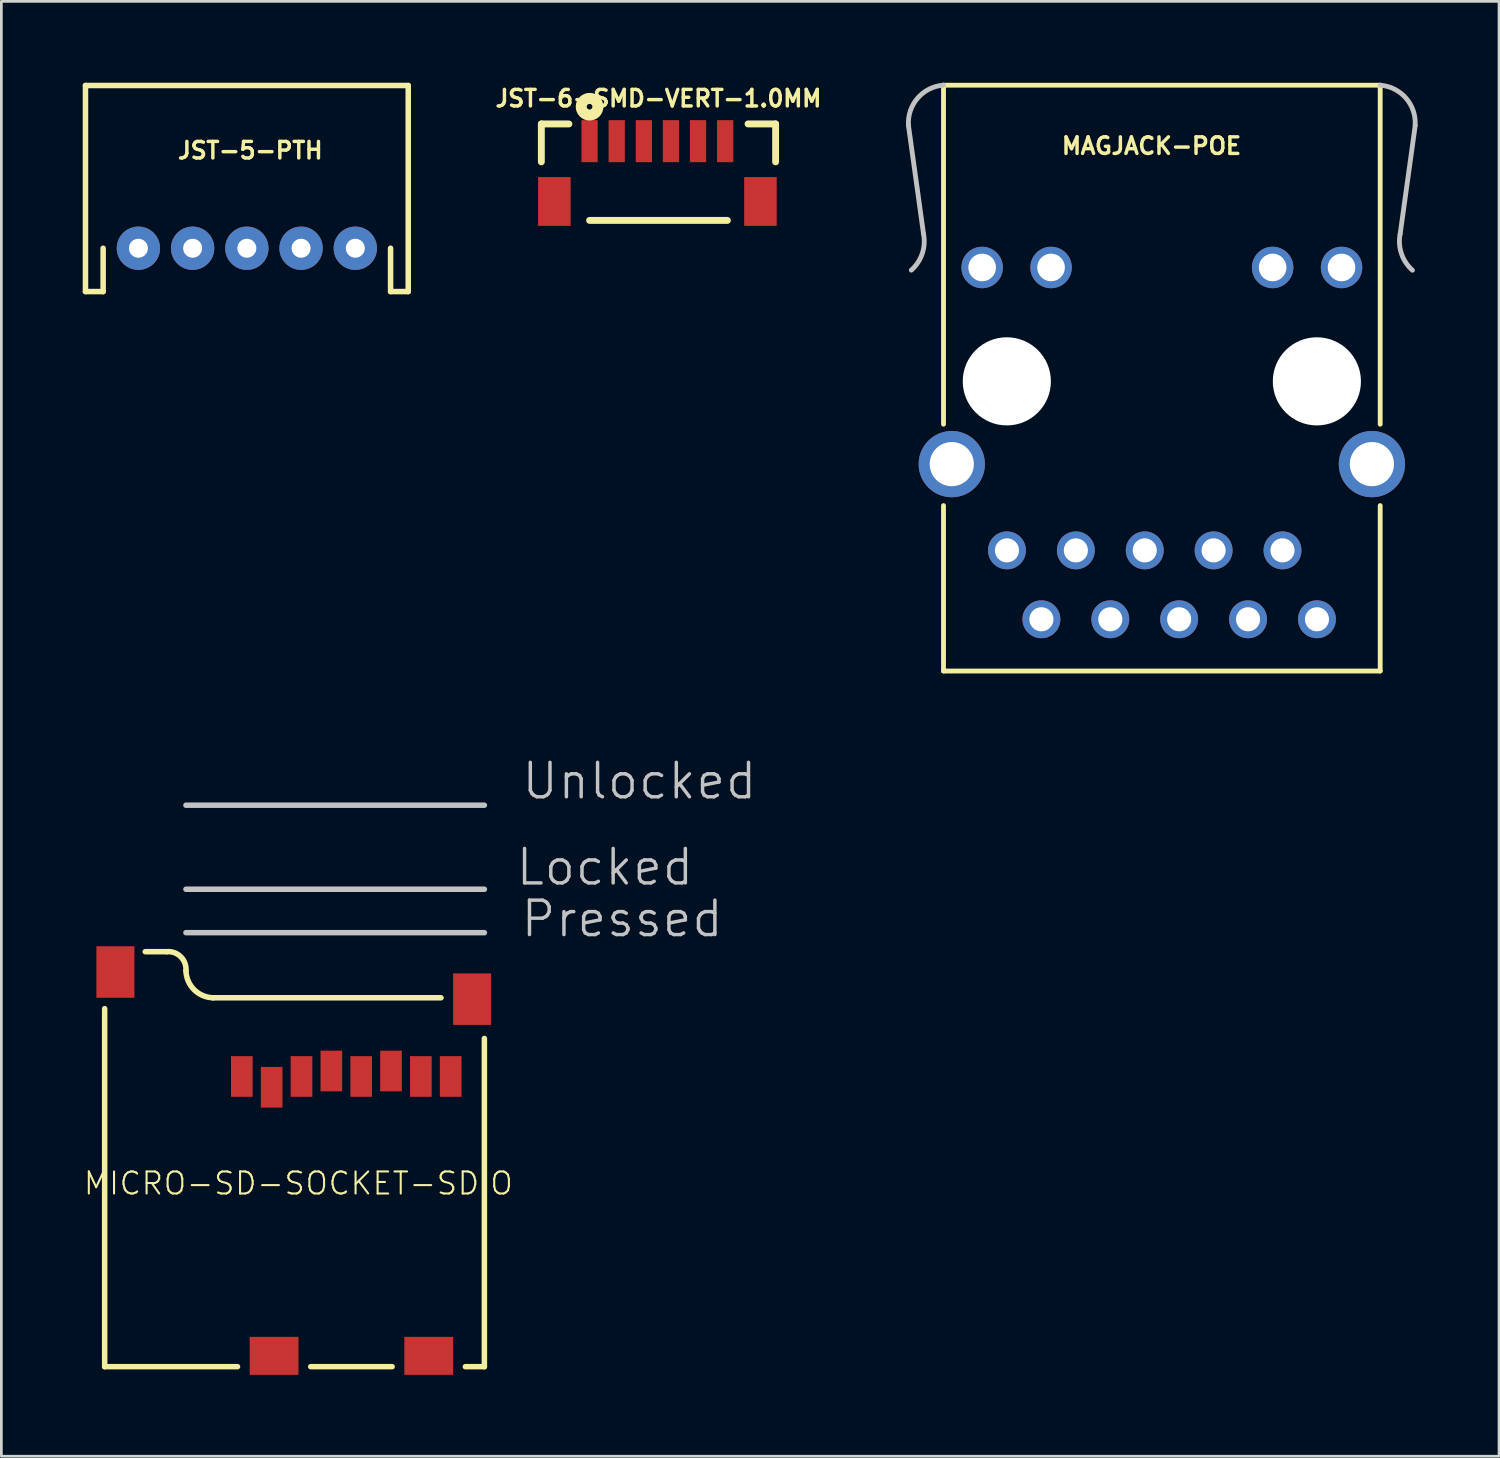
<source format=kicad_pcb>
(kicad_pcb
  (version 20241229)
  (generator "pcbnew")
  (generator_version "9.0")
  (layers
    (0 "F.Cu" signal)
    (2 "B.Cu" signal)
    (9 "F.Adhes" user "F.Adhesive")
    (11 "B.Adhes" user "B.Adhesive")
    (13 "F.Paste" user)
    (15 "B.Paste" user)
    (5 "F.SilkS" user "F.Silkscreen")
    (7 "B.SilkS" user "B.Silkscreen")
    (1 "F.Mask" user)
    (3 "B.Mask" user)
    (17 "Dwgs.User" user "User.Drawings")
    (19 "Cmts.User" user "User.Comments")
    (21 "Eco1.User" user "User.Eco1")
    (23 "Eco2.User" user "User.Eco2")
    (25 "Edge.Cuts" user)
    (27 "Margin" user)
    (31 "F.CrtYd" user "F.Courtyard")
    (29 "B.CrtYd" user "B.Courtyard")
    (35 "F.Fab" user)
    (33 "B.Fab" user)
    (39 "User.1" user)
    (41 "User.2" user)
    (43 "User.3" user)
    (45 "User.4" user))
  (footprint "JST-5-PTH"
    (layer "F.Cu")
    (at 6.05 6.101)
    (property "Reference" "JST-5-PTH" (at 0.127 -3.604 0) (layer "F.SilkS") (effects (font (size 0.61 0.61) (thickness 0.127))))
    (attr exclude_from_pos_files exclude_from_bom)
    (fp_line (start -5.949 -5.999) (end 5.949 -5.999) (stroke (width 0.203) (type solid)) (layer "F.SilkS"))
    (fp_line (start -5.949 1.598) (end -5.949 -5.999) (stroke (width 0.203) (type solid)) (layer "F.SilkS"))
    (fp_line (start -5.949 1.598) (end -5.298 1.598) (stroke (width 0.203) (type solid)) (layer "F.SilkS"))
    (fp_line (start -5.298 1.598) (end -5.298 0) (stroke (width 0.203) (type solid)) (layer "F.SilkS"))
    (fp_line (start 5.298 1.598) (end 5.298 0) (stroke (width 0.203) (type solid)) (layer "F.SilkS"))
    (fp_line (start 5.949 -5.999) (end 5.949 1.598) (stroke (width 0.203) (type solid)) (layer "F.SilkS"))
    (fp_line (start 5.949 1.598) (end 5.298 1.598) (stroke (width 0.203) (type solid)) (layer "F.SilkS"))
    (pad "1" thru_hole circle (at -3.998 0) (size 1.598 1.598) (drill 0.699) (layers "*.Cu" "*.Paste" "*.Mask"))
    (pad "2" thru_hole circle (at -1.999 0) (size 1.598 1.598) (drill 0.699) (layers "*.Cu" "*.Paste" "*.Mask"))
    (pad "3" thru_hole circle (at 0 0) (size 1.598 1.598) (drill 0.699) (layers "*.Cu" "*.Paste" "*.Mask"))
    (pad "4" thru_hole circle (at 1.999 0) (size 1.598 1.598) (drill 0.699) (layers "*.Cu" "*.Paste" "*.Mask"))
    (pad "5" thru_hole circle (at 3.998 0) (size 1.598 1.598) (drill 0.699) (layers "*.Cu" "*.Paste" "*.Mask")))
  (footprint "JST-6-SMD-VERT-1.0MM"
    (layer "F.Cu")
    (at 21.224 3.424)
    (property "Reference" "JST-6-SMD-VERT-1.0MM" (at 0 -2.845 0) (layer "F.SilkS") (effects (font (size 0.61 0.61) (thickness 0.127))))
    (attr smd)
    (fp_line (start -4.318 -1.905) (end -3.302 -1.905) (stroke (width 0.254) (type solid)) (layer "F.SilkS"))
    (fp_line (start -4.318 -0.508) (end -4.318 -1.905) (stroke (width 0.254) (type solid)) (layer "F.SilkS"))
    (fp_line (start -2.54 1.651) (end 2.54 1.651) (stroke (width 0.254) (type solid)) (layer "F.SilkS"))
    (fp_line (start 3.302 -1.905) (end 4.318 -1.905) (stroke (width 0.254) (type solid)) (layer "F.SilkS"))
    (fp_line (start 4.318 -1.905) (end 4.318 -0.508) (stroke (width 0.254) (type solid)) (layer "F.SilkS"))
    (fp_circle (center -2.54 -2.54) (end -2.54 -2.644) (stroke (width 0.406) (type solid)) (fill no) (layer "F.SilkS"))
    (pad "1" smd rect (at -2.54 -1.27) (size 0.599 1.549) (layers "F.Cu" "F.Mask" "F.Paste"))
    (pad "2" smd rect (at -1.539 -1.27) (size 0.599 1.549) (layers "F.Cu" "F.Mask" "F.Paste"))
    (pad "3" smd rect (at -0.538 -1.27) (size 0.599 1.549) (layers "F.Cu" "F.Mask" "F.Paste"))
    (pad "4" smd rect (at 0.46 -1.27) (size 0.599 1.549) (layers "F.Cu" "F.Mask" "F.Paste"))
    (pad "5" smd rect (at 1.458 -1.27) (size 0.599 1.549) (layers "F.Cu" "F.Mask" "F.Paste"))
    (pad "6" smd rect (at 2.459 -1.27) (size 0.599 1.549) (layers "F.Cu" "F.Mask" "F.Paste"))
    (pad "P$1" smd rect (at -3.838 0.953) (size 1.199 1.798) (layers "F.Cu" "F.Mask" "F.Paste"))
    (pad "P$2" smd rect (at 3.759 0.953) (size 1.199 1.798) (layers "F.Cu" "F.Mask" "F.Paste")))
  (footprint "MICRO-SD-SOCKET-SDIO"
    (layer "F.Cu")
    (at 0.836 47.331)
    (property "Reference" "MICRO-SD-SOCKET-SDIO" (at 7.112 -6.756 0) (layer "F.SilkS") (effects (font (size 0.813 0.813) (thickness 0.076))))
    (attr smd)
    (fp_line (start -0.028 0) (end -0.028 -13.198) (stroke (width 0.203) (type solid)) (layer "F.SilkS"))
    (fp_line (start -0.028 0) (end 4.869 0) (stroke (width 0.203) (type solid)) (layer "F.SilkS"))
    (fp_line (start 2.268 -15.298) (end 1.468 -15.298) (stroke (width 0.203) (type solid)) (layer "F.SilkS"))
    (fp_line (start 3.967 -13.599) (end 12.37 -13.599) (stroke (width 0.203) (type solid)) (layer "F.SilkS"))
    (fp_line (start 10.569 0) (end 7.569 0) (stroke (width 0.203) (type solid)) (layer "F.SilkS"))
    (fp_line (start 13.97 -12.098) (end 13.97 0) (stroke (width 0.203) (type solid)) (layer "F.SilkS"))
    (fp_line (start 13.97 0) (end 13.269 0) (stroke (width 0.203) (type solid)) (layer "F.SilkS"))
    (fp_arc (start 2.26822 -15.29842) (mid 2.779266 -15.110312) (end 2.969462 -14.60004) (stroke (width 0.2032) (type solid)) (layer "F.SilkS"))
    (fp_arc (start 3.96748 -13.59916) (mid 3.268578 -13.89902) (end 2.969241 -14.598146) (stroke (width 0.2032) (type solid)) (layer "F.SilkS"))
    (fp_line (start 2.969 -15.999) (end 13.97 -15.999) (stroke (width 0.203) (type solid)) (layer "Dwgs.User"))
    (fp_line (start 13.97 -20.698) (end 2.969 -20.698) (stroke (width 0.203) (type solid)) (layer "Dwgs.User"))
    (fp_line (start 13.97 -17.6) (end 2.969 -17.6) (stroke (width 0.203) (type solid)) (layer "Dwgs.User"))
    (fp_text user "Unlocked" (at 19.685 -21.59 0) (layer "Dwgs.User") (effects (font (size 1.27 1.27) (thickness 0.127))))
    (fp_text user "Pressed" (at 19.05 -16.51 0) (layer "Dwgs.User") (effects (font (size 1.27 1.27) (thickness 0.127))))
    (fp_text user "Locked" (at 18.415 -18.415 0) (layer "Dwgs.User") (effects (font (size 1.27 1.27) (thickness 0.127))))
    (pad "CD/D" smd rect (at 6.129 -10.3) (size 0.798 1.499) (layers "F.Cu" "F.Mask" "F.Paste"))
    (pad "CD1" smd rect (at 11.918 -0.399) (size 1.798 1.4) (layers "F.Cu" "F.Mask" "F.Paste"))
    (pad "CD2" smd rect (at 6.218 -0.399) (size 1.798 1.4) (layers "F.Cu" "F.Mask" "F.Paste"))
    (pad "CLK" smd rect (at 9.428 -10.698) (size 0.798 1.499) (layers "F.Cu" "F.Mask" "F.Paste"))
    (pad "CMD" smd rect (at 7.229 -10.698) (size 0.798 1.499) (layers "F.Cu" "F.Mask" "F.Paste"))
    (pad "DAT0" smd rect (at 11.628 -10.698) (size 0.798 1.499) (layers "F.Cu" "F.Mask" "F.Paste"))
    (pad "DAT1" smd rect (at 12.728 -10.698) (size 0.798 1.499) (layers "F.Cu" "F.Mask" "F.Paste"))
    (pad "DAT2" smd rect (at 5.029 -10.698) (size 0.798 1.499) (layers "F.Cu" "F.Mask" "F.Paste"))
    (pad "GND" smd rect (at 10.528 -10.899) (size 0.798 1.499) (layers "F.Cu" "F.Mask" "F.Paste"))
    (pad "GND1" smd rect (at 0.368 -14.549) (size 1.4 1.9) (layers "F.Cu" "F.Mask" "F.Paste"))
    (pad "GND3" smd rect (at 13.518 -13.548) (size 1.4 1.9) (layers "F.Cu" "F.Mask" "F.Paste"))
    (pad "VCC" smd rect (at 8.329 -10.899) (size 0.798 1.499) (layers "F.Cu" "F.Mask" "F.Paste")))
  (footprint "MAGJACK-POE"
    (layer "F.Cu")
    (at 39.78 10.889)
    (property "Reference" "MAGJACK-POE" (at -0.381 -8.56 0) (layer "F.SilkS") (effects (font (size 0.61 0.61) (thickness 0.127))))
    (attr exclude_from_pos_files exclude_from_bom)
    (fp_line (start -8.049 -10.798) (end 8.049 -10.798) (stroke (width 0.178) (type solid)) (layer "F.SilkS"))
    (fp_line (start -8.049 1.699) (end -8.049 -10.798) (stroke (width 0.178) (type solid)) (layer "F.SilkS"))
    (fp_line (start -8.049 10.798) (end -8.049 4.699) (stroke (width 0.178) (type solid)) (layer "F.SilkS"))
    (fp_line (start 8.049 -10.798) (end 8.049 1.699) (stroke (width 0.178) (type solid)) (layer "F.SilkS"))
    (fp_line (start 8.049 10.798) (end -8.049 10.798) (stroke (width 0.178) (type solid)) (layer "F.SilkS"))
    (fp_line (start 8.049 10.798) (end 8.049 4.699) (stroke (width 0.178) (type solid)) (layer "F.SilkS"))
    (fp_line (start -8.786 -5.319) (end -9.34 -9.309) (stroke (width 0.178) (type solid)) (layer "Dwgs.User"))
    (fp_line (start 8.786 -5.319) (end 9.34 -9.309) (stroke (width 0.178) (type solid)) (layer "Dwgs.User"))
    (fp_arc (start -9.33958 -9.3091) (mid -9.002739 -10.32143) (end -8.049149 -10.799905) (stroke (width 0.1778) (type solid)) (layer "Dwgs.User"))
    (fp_arc (start -8.78586 -5.31876) (mid -8.832722 -4.589228) (end -9.236478 -3.979806) (stroke (width 0.1778) (type solid)) (layer "Dwgs.User"))
    (fp_arc (start 8.04926 -10.79754) (mid 9.001147 -10.319678) (end 9.337215 -9.308985) (stroke (width 0.1778) (type solid)) (layer "Dwgs.User"))
    (fp_arc (start 9.23798 -3.97764) (mid 8.832947 -4.586602) (end 8.784748 -5.316371) (stroke (width 0.1778) (type solid)) (layer "Dwgs.User"))
    (pad "" np_thru_hole circle (at -5.715 0.119) (size 3.249 3.249) (drill 3.249) (layers "*.Cu" "*.Mask"))
    (pad "" np_thru_hole circle (at 5.715 0.119) (size 3.249 3.249) (drill 3.249) (layers "*.Cu" "*.Mask"))
    (pad "1" thru_hole circle (at 5.718 8.89) (size 1.397 1.397) (drill 0.889) (layers "*.Cu" "*.Paste" "*.Mask"))
    (pad "2" thru_hole circle (at 4.448 6.35) (size 1.397 1.397) (drill 0.889) (layers "*.Cu" "*.Paste" "*.Mask"))
    (pad "3" thru_hole circle (at 3.178 8.89) (size 1.397 1.397) (drill 0.889) (layers "*.Cu" "*.Paste" "*.Mask"))
    (pad "4" thru_hole circle (at 1.908 6.35) (size 1.397 1.397) (drill 0.889) (layers "*.Cu" "*.Paste" "*.Mask"))
    (pad "5" thru_hole circle (at 0.638 8.89) (size 1.397 1.397) (drill 0.889) (layers "*.Cu" "*.Paste" "*.Mask"))
    (pad "6" thru_hole circle (at -0.63 6.35) (size 1.397 1.397) (drill 0.889) (layers "*.Cu" "*.Paste" "*.Mask"))
    (pad "7" thru_hole circle (at -1.9 8.89) (size 1.397 1.397) (drill 0.889) (layers "*.Cu" "*.Paste" "*.Mask"))
    (pad "8" thru_hole circle (at -3.17 6.35) (size 1.397 1.397) (drill 0.889) (layers "*.Cu" "*.Paste" "*.Mask"))
    (pad "9" thru_hole circle (at -4.44 8.89) (size 1.397 1.397) (drill 0.889) (layers "*.Cu" "*.Paste" "*.Mask"))
    (pad "10" thru_hole circle (at -5.71 6.35) (size 1.397 1.397) (drill 0.889) (layers "*.Cu" "*.Paste" "*.Mask"))
    (pad "11" thru_hole circle (at 6.624 -4.079) (size 1.529 1.529) (drill 1.019) (layers "*.Cu" "*.Paste" "*.Mask"))
    (pad "12" thru_hole circle (at 4.084 -4.079) (size 1.529 1.529) (drill 1.019) (layers "*.Cu" "*.Paste" "*.Mask"))
    (pad "13" thru_hole circle (at -4.084 -4.079) (size 1.529 1.529) (drill 1.019) (layers "*.Cu" "*.Paste" "*.Mask"))
    (pad "14" thru_hole circle (at -6.624 -4.079) (size 1.529 1.529) (drill 1.019) (layers "*.Cu" "*.Paste" "*.Mask"))
    (pad "GND0" thru_hole circle (at -7.744 3.17) (size 2.443 2.443) (drill 1.628) (layers "*.Cu" "*.Paste" "*.Mask"))
    (pad "GND1" thru_hole circle (at 7.744 3.17) (size 2.443 2.443) (drill 1.628) (layers "*.Cu" "*.Paste" "*.Mask")))
  (gr_rect
    (start -3 -3)
    (end 52.21 50.632)
    (stroke (width 0.1) (type default))
    (fill no)
    (layer "Edge.Cuts")))
</source>
